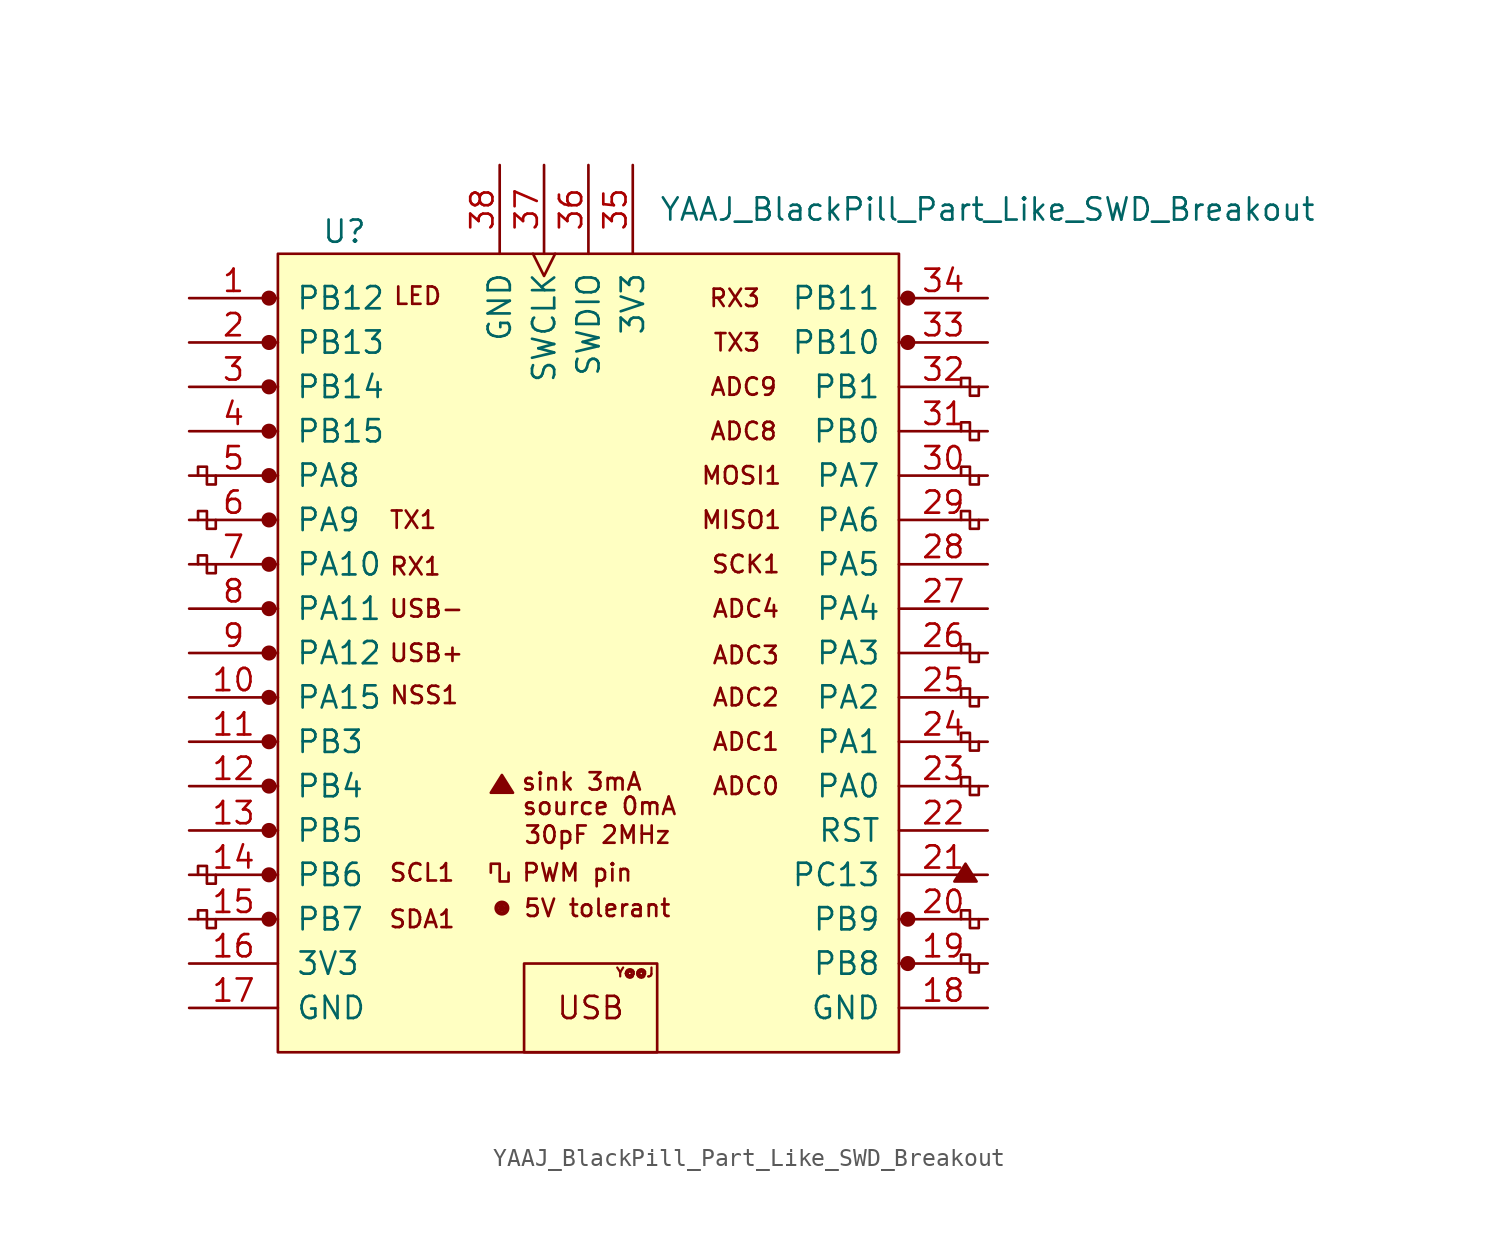
<source format=kicad_sym>
(kicad_symbol_lib
  (version 20220914)
  (generator kicad_symbol_editor)
  (symbol "YAAJ_BlackPill_Part_Like_SWD_Breakout"
    (pin_names
      (offset 1.016))
    (property "Reference" "U"
      (at -13.97 24.13 0)
      (effects (font (size 1.27 1.27))))
    (property "Value" "YAAJ_BlackPill_Part_Like_SWD_Breakout"
      (at 22.86 25.4 0)
      (effects (font (size 1.27 1.27))))
    (symbol "YAAJ_BlackPill_Part_Like_SWD_Breakout_0_0"
      (circle (center -18.288 -15.24) (radius 0.356) (stroke (width 0) (type solid)) (fill (type outline)))
      (circle (center -18.288 -12.7) (radius 0.356) (stroke (width 0) (type solid)) (fill (type outline)))
      (circle (center -18.288 -10.16) (radius 0.356) (stroke (width 0) (type solid)) (fill (type outline)))
      (circle (center -18.288 -7.62) (radius 0.356) (stroke (width 0) (type solid)) (fill (type outline)))
      (circle (center -18.288 -5.08) (radius 0.356) (stroke (width 0) (type solid)) (fill (type outline)))
      (circle (center -18.288 -2.54) (radius 0.356) (stroke (width 0) (type solid)) (fill (type outline)))
      (circle (center -18.288 0) (radius 0.356) (stroke (width 0) (type solid)) (fill (type outline)))
      (circle (center -18.288 2.54) (radius 0.356) (stroke (width 0) (type solid)) (fill (type outline)))
      (circle (center -18.288 5.08) (radius 0.356) (stroke (width 0) (type solid)) (fill (type outline)))
      (circle (center -18.288 7.62) (radius 0.356) (stroke (width 0) (type solid)) (fill (type outline)))
      (circle (center -18.288 10.16) (radius 0.356) (stroke (width 0) (type solid)) (fill (type outline)))
      (circle (center -18.288 12.7) (radius 0.356) (stroke (width 0) (type solid)) (fill (type outline)))
      (circle (center -18.288 15.24) (radius 0.356) (stroke (width 0) (type solid)) (fill (type outline)))
      (circle (center -18.288 20.32) (radius 0.356) (stroke (width 0) (type solid)) (fill (type outline)))
      (circle (center -4.953 -14.605) (radius 0.127) (stroke (width 0) (type solid)) (fill (type outline)))
      (circle (center -4.953 -14.605) (radius 0.254) (stroke (width 0) (type solid)) (fill (type none)))
      (circle (center -4.953 -14.605) (radius 0.356) (stroke (width 0) (type solid)) (fill (type none)))
      (polyline (pts (xy -5.588 -8.001) (xy -4.953 -6.985) (xy -4.318 -8.001) (xy -5.588 -8.001) (xy -4.953 -7.112) (xy -4.445 -8.001) (xy -5.461 -7.874) (xy -4.953 -7.239) (xy -4.572 -8.001) (xy -5.334 -7.747) (xy -4.826 -7.366) (xy -4.699 -8.001) (xy -5.207 -7.62) (xy -4.699 -7.493) (xy -4.826 -7.874) (xy -5.08 -7.62) (xy -4.826 -7.747) (xy -4.953 -7.493)) (stroke (width 0) (type solid)) (fill (type none)))
      (polyline (pts (xy 20.955 -13.081) (xy 21.59 -12.065) (xy 22.225 -13.081) (xy 20.955 -13.081) (xy 21.59 -12.192) (xy 22.098 -13.081) (xy 21.082 -12.954) (xy 21.59 -12.319) (xy 21.971 -13.081) (xy 21.209 -12.827) (xy 21.717 -12.446) (xy 21.844 -13.081) (xy 21.336 -12.7) (xy 21.844 -12.573) (xy 21.717 -12.954) (xy 21.463 -12.7) (xy 21.717 -12.827) (xy 21.59 -12.573)) (stroke (width 0) (type solid)) (fill (type none)))
      (circle (center 18.288 -17.78) (radius 0.356) (stroke (width 0) (type solid)) (fill (type outline)))
      (circle (center 18.288 -15.24) (radius 0.356) (stroke (width 0) (type solid)) (fill (type outline)))
      (circle (center 18.288 17.78) (radius 0.254) (stroke (width 0) (type solid)) (fill (type outline)))
      (circle (center 18.288 17.78) (radius 0.356) (stroke (width 0) (type solid)) (fill (type none)))
      (circle (center 18.288 20.32) (radius 0.254) (stroke (width 0) (type solid)) (fill (type outline)))
      (circle (center 18.288 20.32) (radius 0.356) (stroke (width 0) (type solid)) (fill (type none)))
      (text "30pF 2MHz" (at 0.508 -10.414 0) (effects (font (size 0.991 0.991))))
      (text "5V tolerant" (at 0.508 -14.605 0) (effects (font (size 0.991 0.991))))
      (text "ADC0" (at 9.017 -7.62 0) (effects (font (size 0.991 0.991))))
      (text "ADC1" (at 9.017 -5.08 0) (effects (font (size 0.991 0.991))))
      (text "ADC2" (at 9.017 -2.54 0) (effects (font (size 0.991 0.991))))
      (text "ADC3" (at 9.017 -0.127 0) (effects (font (size 0.991 0.991))))
      (text "ADC4" (at 9.017 2.54 0) (effects (font (size 0.991 0.991))))
      (text "ADC8" (at 8.89 12.7 0) (effects (font (size 0.991 0.991))))
      (text "ADC9" (at 8.89 15.24 0) (effects (font (size 0.991 0.991))))
      (text "LED" (at -9.779 20.447 0) (effects (font (size 0.991 0.991))))
      (text "MISO1" (at 8.763 7.62 0) (effects (font (size 0.991 0.991))))
      (text "MOSI1" (at 8.763 10.16 0) (effects (font (size 0.991 0.991))))
      (text "NSS1" (at -9.398 -2.413 0) (effects (font (size 0.991 0.991))))
      (text "PWM pin" (at -0.635 -12.573 0) (effects (font (size 0.991 0.991))))
      (text "RX1" (at -9.906 4.953 0) (effects (font (size 0.991 0.991))))
      (text "RX3" (at 8.382 20.32 0) (effects (font (size 0.991 0.991))))
      (text "SCK1" (at 9.017 5.08 0) (effects (font (size 0.991 0.991))))
      (text "SCL1" (at -9.525 -12.573 0) (effects (font (size 0.991 0.991))))
      (text "SDA1" (at -9.525 -15.24 0) (effects (font (size 0.991 0.991))))
      (text "sink 3mA" (at -0.381 -7.366 0) (effects (font (size 0.991 0.991))))
      (text "source 0mA" (at 0.635 -8.763 0) (effects (font (size 0.991 0.991))))
      (text "TX1" (at -10.033 7.62 0) (effects (font (size 0.991 0.991))))
      (text "TX3" (at 8.509 17.78 0) (effects (font (size 0.991 0.991))))
      (text "USB" (at 0.127 -20.32 0) (effects (font (size 1.27 1.27))))
      (text "USB+" (at -9.271 0 0) (effects (font (size 0.991 0.991))))
      (text "USB-" (at -9.271 2.54 0) (effects (font (size 0.991 0.991))))
      (text "Y@@J" (at 2.667 -18.288 0) (effects (font (size 0.508 0.508)))))
    (symbol "YAAJ_BlackPill_Part_Like_SWD_Breakout_0_1"
      (rectangle (start -17.78 22.86) (end 17.78 -22.86) (stroke (width 0) (type solid)) (fill (type background)))
      (polyline (pts (xy -21.336 -15.24) (xy -21.336 -15.748) (xy -21.844 -15.748) (xy -21.844 -14.732) (xy -22.352 -14.732) (xy -22.352 -15.24)) (stroke (width 0) (type solid)) (fill (type none)))
      (polyline (pts (xy -21.336 -12.7) (xy -21.336 -13.208) (xy -21.844 -13.208) (xy -21.844 -12.192) (xy -22.352 -12.192) (xy -22.352 -12.7)) (stroke (width 0) (type solid)) (fill (type none)))
      (polyline (pts (xy -21.336 5.08) (xy -21.336 4.572) (xy -21.844 4.572) (xy -21.844 5.588) (xy -22.352 5.588) (xy -22.352 5.08)) (stroke (width 0) (type solid)) (fill (type none)))
      (polyline (pts (xy -21.336 7.62) (xy -21.336 7.112) (xy -21.844 7.112) (xy -21.844 8.128) (xy -22.352 8.128) (xy -22.352 7.62)) (stroke (width 0) (type solid)) (fill (type none)))
      (polyline (pts (xy -21.336 10.16) (xy -21.336 9.652) (xy -21.844 9.652) (xy -21.844 10.668) (xy -22.352 10.668) (xy -22.352 10.16)) (stroke (width 0) (type solid)) (fill (type none)))
      (polyline (pts (xy -4.572 -12.573) (xy -4.572 -13.081) (xy -5.08 -13.081) (xy -5.08 -12.065) (xy -5.588 -12.065) (xy -5.588 -12.573)) (stroke (width 0) (type solid)) (fill (type none)))
      (polyline (pts (xy 21.336 -17.78) (xy 21.336 -17.272) (xy 21.844 -17.272) (xy 21.844 -18.288) (xy 22.352 -18.288) (xy 22.352 -17.78)) (stroke (width 0) (type solid)) (fill (type none)))
      (polyline (pts (xy 21.336 -15.24) (xy 21.336 -14.732) (xy 21.844 -14.732) (xy 21.844 -15.748) (xy 22.352 -15.748) (xy 22.352 -15.24)) (stroke (width 0) (type solid)) (fill (type none)))
      (polyline (pts (xy 22.352 -7.62) (xy 22.352 -8.128) (xy 21.844 -8.128) (xy 21.844 -7.112) (xy 21.336 -7.112) (xy 21.336 -7.62)) (stroke (width 0) (type solid)) (fill (type none)))
      (polyline (pts (xy 22.352 -5.08) (xy 22.352 -5.588) (xy 21.844 -5.588) (xy 21.844 -4.572) (xy 21.336 -4.572) (xy 21.336 -5.08)) (stroke (width 0) (type solid)) (fill (type none)))
      (polyline (pts (xy 22.352 -2.54) (xy 22.352 -3.048) (xy 21.844 -3.048) (xy 21.844 -2.032) (xy 21.336 -2.032) (xy 21.336 -2.54)) (stroke (width 0) (type solid)) (fill (type none)))
      (polyline (pts (xy 22.352 0) (xy 22.352 -0.508) (xy 21.844 -0.508) (xy 21.844 0.508) (xy 21.336 0.508) (xy 21.336 0)) (stroke (width 0) (type solid)) (fill (type none)))
      (polyline (pts (xy 22.352 7.62) (xy 22.352 7.112) (xy 21.844 7.112) (xy 21.844 8.128) (xy 21.336 8.128) (xy 21.336 7.62)) (stroke (width 0) (type solid)) (fill (type none)))
      (polyline (pts (xy 22.352 10.16) (xy 22.352 9.652) (xy 21.844 9.652) (xy 21.844 10.668) (xy 21.336 10.668) (xy 21.336 10.16)) (stroke (width 0) (type solid)) (fill (type none)))
      (polyline (pts (xy 22.352 12.7) (xy 22.352 12.192) (xy 21.844 12.192) (xy 21.844 13.208) (xy 21.336 13.208) (xy 21.336 12.7)) (stroke (width 0) (type solid)) (fill (type none)))
      (polyline (pts (xy 22.352 15.24) (xy 22.352 14.732) (xy 21.844 14.732) (xy 21.844 15.748) (xy 21.336 15.748) (xy 21.336 15.24)) (stroke (width 0) (type solid)) (fill (type none)))
      (rectangle (start 3.937 -17.78) (end -3.683 -22.86) (stroke (width 0) (type solid)) (fill (type none))))
    (symbol "YAAJ_BlackPill_Part_Like_SWD_Breakout_1_1"
      (circle (center -18.288 17.78) (radius 0.356) (stroke (width 0) (type solid)) (fill (type outline)))
      (pin bidirectional line (at -22.86 20.32 0) (length 5.08) (name "PB12" (effects (font (size 1.27 1.27)))) (number "1" (effects (font (size 1.27 1.27)))))
      (pin bidirectional line (at -22.86 -2.54 0) (length 5.08) (name "PA15" (effects (font (size 1.27 1.27)))) (number "10" (effects (font (size 1.27 1.27)))))
      (pin bidirectional line (at -22.86 -5.08 0) (length 5.08) (name "PB3" (effects (font (size 1.27 1.27)))) (number "11" (effects (font (size 1.27 1.27)))))
      (pin bidirectional line (at -22.86 -7.62 0) (length 5.08) (name "PB4" (effects (font (size 1.27 1.27)))) (number "12" (effects (font (size 1.27 1.27)))))
      (pin bidirectional line (at -22.86 -10.16 0) (length 5.08) (name "PB5" (effects (font (size 1.27 1.27)))) (number "13" (effects (font (size 1.27 1.27)))))
      (pin bidirectional line (at -22.86 -12.7 0) (length 5.08) (name "PB6" (effects (font (size 1.27 1.27)))) (number "14" (effects (font (size 1.27 1.27)))))
      (pin bidirectional line (at -22.86 -15.24 0) (length 5.08) (name "PB7" (effects (font (size 1.27 1.27)))) (number "15" (effects (font (size 1.27 1.27)))))
      (pin power_in line (at -22.86 -17.78 0) (length 5.08) (name "3V3" (effects (font (size 1.27 1.27)))) (number "16" (effects (font (size 1.27 1.27)))))
      (pin power_in line (at -22.86 -20.32 0) (length 5.08) (name "GND" (effects (font (size 1.27 1.27)))) (number "17" (effects (font (size 1.27 1.27)))))
      (pin power_in line (at 22.86 -20.32 180) (length 5.08) (name "GND" (effects (font (size 1.27 1.27)))) (number "18" (effects (font (size 1.27 1.27)))))
      (pin bidirectional line (at 22.86 -17.78 180) (length 5.08) (name "PB8" (effects (font (size 1.27 1.27)))) (number "19" (effects (font (size 1.27 1.27)))))
      (pin bidirectional line (at -22.86 17.78 0) (length 5.08) (name "PB13" (effects (font (size 1.27 1.27)))) (number "2" (effects (font (size 1.27 1.27)))))
      (pin bidirectional line (at 22.86 -15.24 180) (length 5.08) (name "PB9" (effects (font (size 1.27 1.27)))) (number "20" (effects (font (size 1.27 1.27)))))
      (pin bidirectional line (at 22.86 -12.7 180) (length 5.08) (name "PC13" (effects (font (size 1.27 1.27)))) (number "21" (effects (font (size 1.27 1.27)))))
      (pin input line (at 22.86 -10.16 180) (length 5.08) (name "RST" (effects (font (size 1.27 1.27)))) (number "22" (effects (font (size 1.27 1.27)))))
      (pin bidirectional line (at 22.86 -7.62 180) (length 5.08) (name "PA0" (effects (font (size 1.27 1.27)))) (number "23" (effects (font (size 1.27 1.27)))))
      (pin bidirectional line (at 22.86 -5.08 180) (length 5.08) (name "PA1" (effects (font (size 1.27 1.27)))) (number "24" (effects (font (size 1.27 1.27)))))
      (pin bidirectional line (at 22.86 -2.54 180) (length 5.08) (name "PA2" (effects (font (size 1.27 1.27)))) (number "25" (effects (font (size 1.27 1.27)))))
      (pin bidirectional line (at 22.86 0 180) (length 5.08) (name "PA3" (effects (font (size 1.27 1.27)))) (number "26" (effects (font (size 1.27 1.27)))))
      (pin bidirectional line (at 22.86 2.54 180) (length 5.08) (name "PA4" (effects (font (size 1.27 1.27)))) (number "27" (effects (font (size 1.27 1.27)))))
      (pin bidirectional line (at 22.86 5.08 180) (length 5.08) (name "PA5" (effects (font (size 1.27 1.27)))) (number "28" (effects (font (size 1.27 1.27)))))
      (pin bidirectional line (at 22.86 7.62 180) (length 5.08) (name "PA6" (effects (font (size 1.27 1.27)))) (number "29" (effects (font (size 1.27 1.27)))))
      (pin bidirectional line (at -22.86 15.24 0) (length 5.08) (name "PB14" (effects (font (size 1.27 1.27)))) (number "3" (effects (font (size 1.27 1.27)))))
      (pin bidirectional line (at 22.86 10.16 180) (length 5.08) (name "PA7" (effects (font (size 1.27 1.27)))) (number "30" (effects (font (size 1.27 1.27)))))
      (pin bidirectional line (at 22.86 12.7 180) (length 5.08) (name "PB0" (effects (font (size 1.27 1.27)))) (number "31" (effects (font (size 1.27 1.27)))))
      (pin bidirectional line (at 22.86 15.24 180) (length 5.08) (name "PB1" (effects (font (size 1.27 1.27)))) (number "32" (effects (font (size 1.27 1.27)))))
      (pin bidirectional line (at 22.86 17.78 180) (length 5.08) (name "PB10" (effects (font (size 1.27 1.27)))) (number "33" (effects (font (size 1.27 1.27)))))
      (pin bidirectional line (at 22.86 20.32 180) (length 5.08) (name "PB11" (effects (font (size 1.27 1.27)))) (number "34" (effects (font (size 1.27 1.27)))))
      (pin power_in line (at 2.54 27.94 270) (length 5.08) (name "3V3" (effects (font (size 1.27 1.27)))) (number "35" (effects (font (size 1.27 1.27)))))
      (pin bidirectional line (at 0 27.94 270) (length 5.08) (name "SWDIO" (effects (font (size 1.27 1.27)))) (number "36" (effects (font (size 1.27 1.27)))))
      (pin input clock (at -2.54 27.94 270) (length 5.08) (name "SWCLK" (effects (font (size 1.27 1.27)))) (number "37" (effects (font (size 1.27 1.27)))))
      (pin power_in line (at -5.08 27.94 270) (length 5.08) (name "GND" (effects (font (size 1.27 1.27)))) (number "38" (effects (font (size 1.27 1.27)))))
      (pin bidirectional line (at -22.86 12.7 0) (length 5.08) (name "PB15" (effects (font (size 1.27 1.27)))) (number "4" (effects (font (size 1.27 1.27)))))
      (pin bidirectional line (at -22.86 10.16 0) (length 5.08) (name "PA8" (effects (font (size 1.27 1.27)))) (number "5" (effects (font (size 1.27 1.27)))))
      (pin bidirectional line (at -22.86 7.62 0) (length 5.08) (name "PA9" (effects (font (size 1.27 1.27)))) (number "6" (effects (font (size 1.27 1.27)))))
      (pin bidirectional line (at -22.86 5.08 0) (length 5.08) (name "PA10" (effects (font (size 1.27 1.27)))) (number "7" (effects (font (size 1.27 1.27)))))
      (pin bidirectional line (at -22.86 2.54 0) (length 5.08) (name "PA11" (effects (font (size 1.27 1.27)))) (number "8" (effects (font (size 1.27 1.27)))))
      (pin bidirectional line (at -22.86 0 0) (length 5.08) (name "PA12" (effects (font (size 1.27 1.27)))) (number "9" (effects (font (size 1.27 1.27))))))))
</source>
